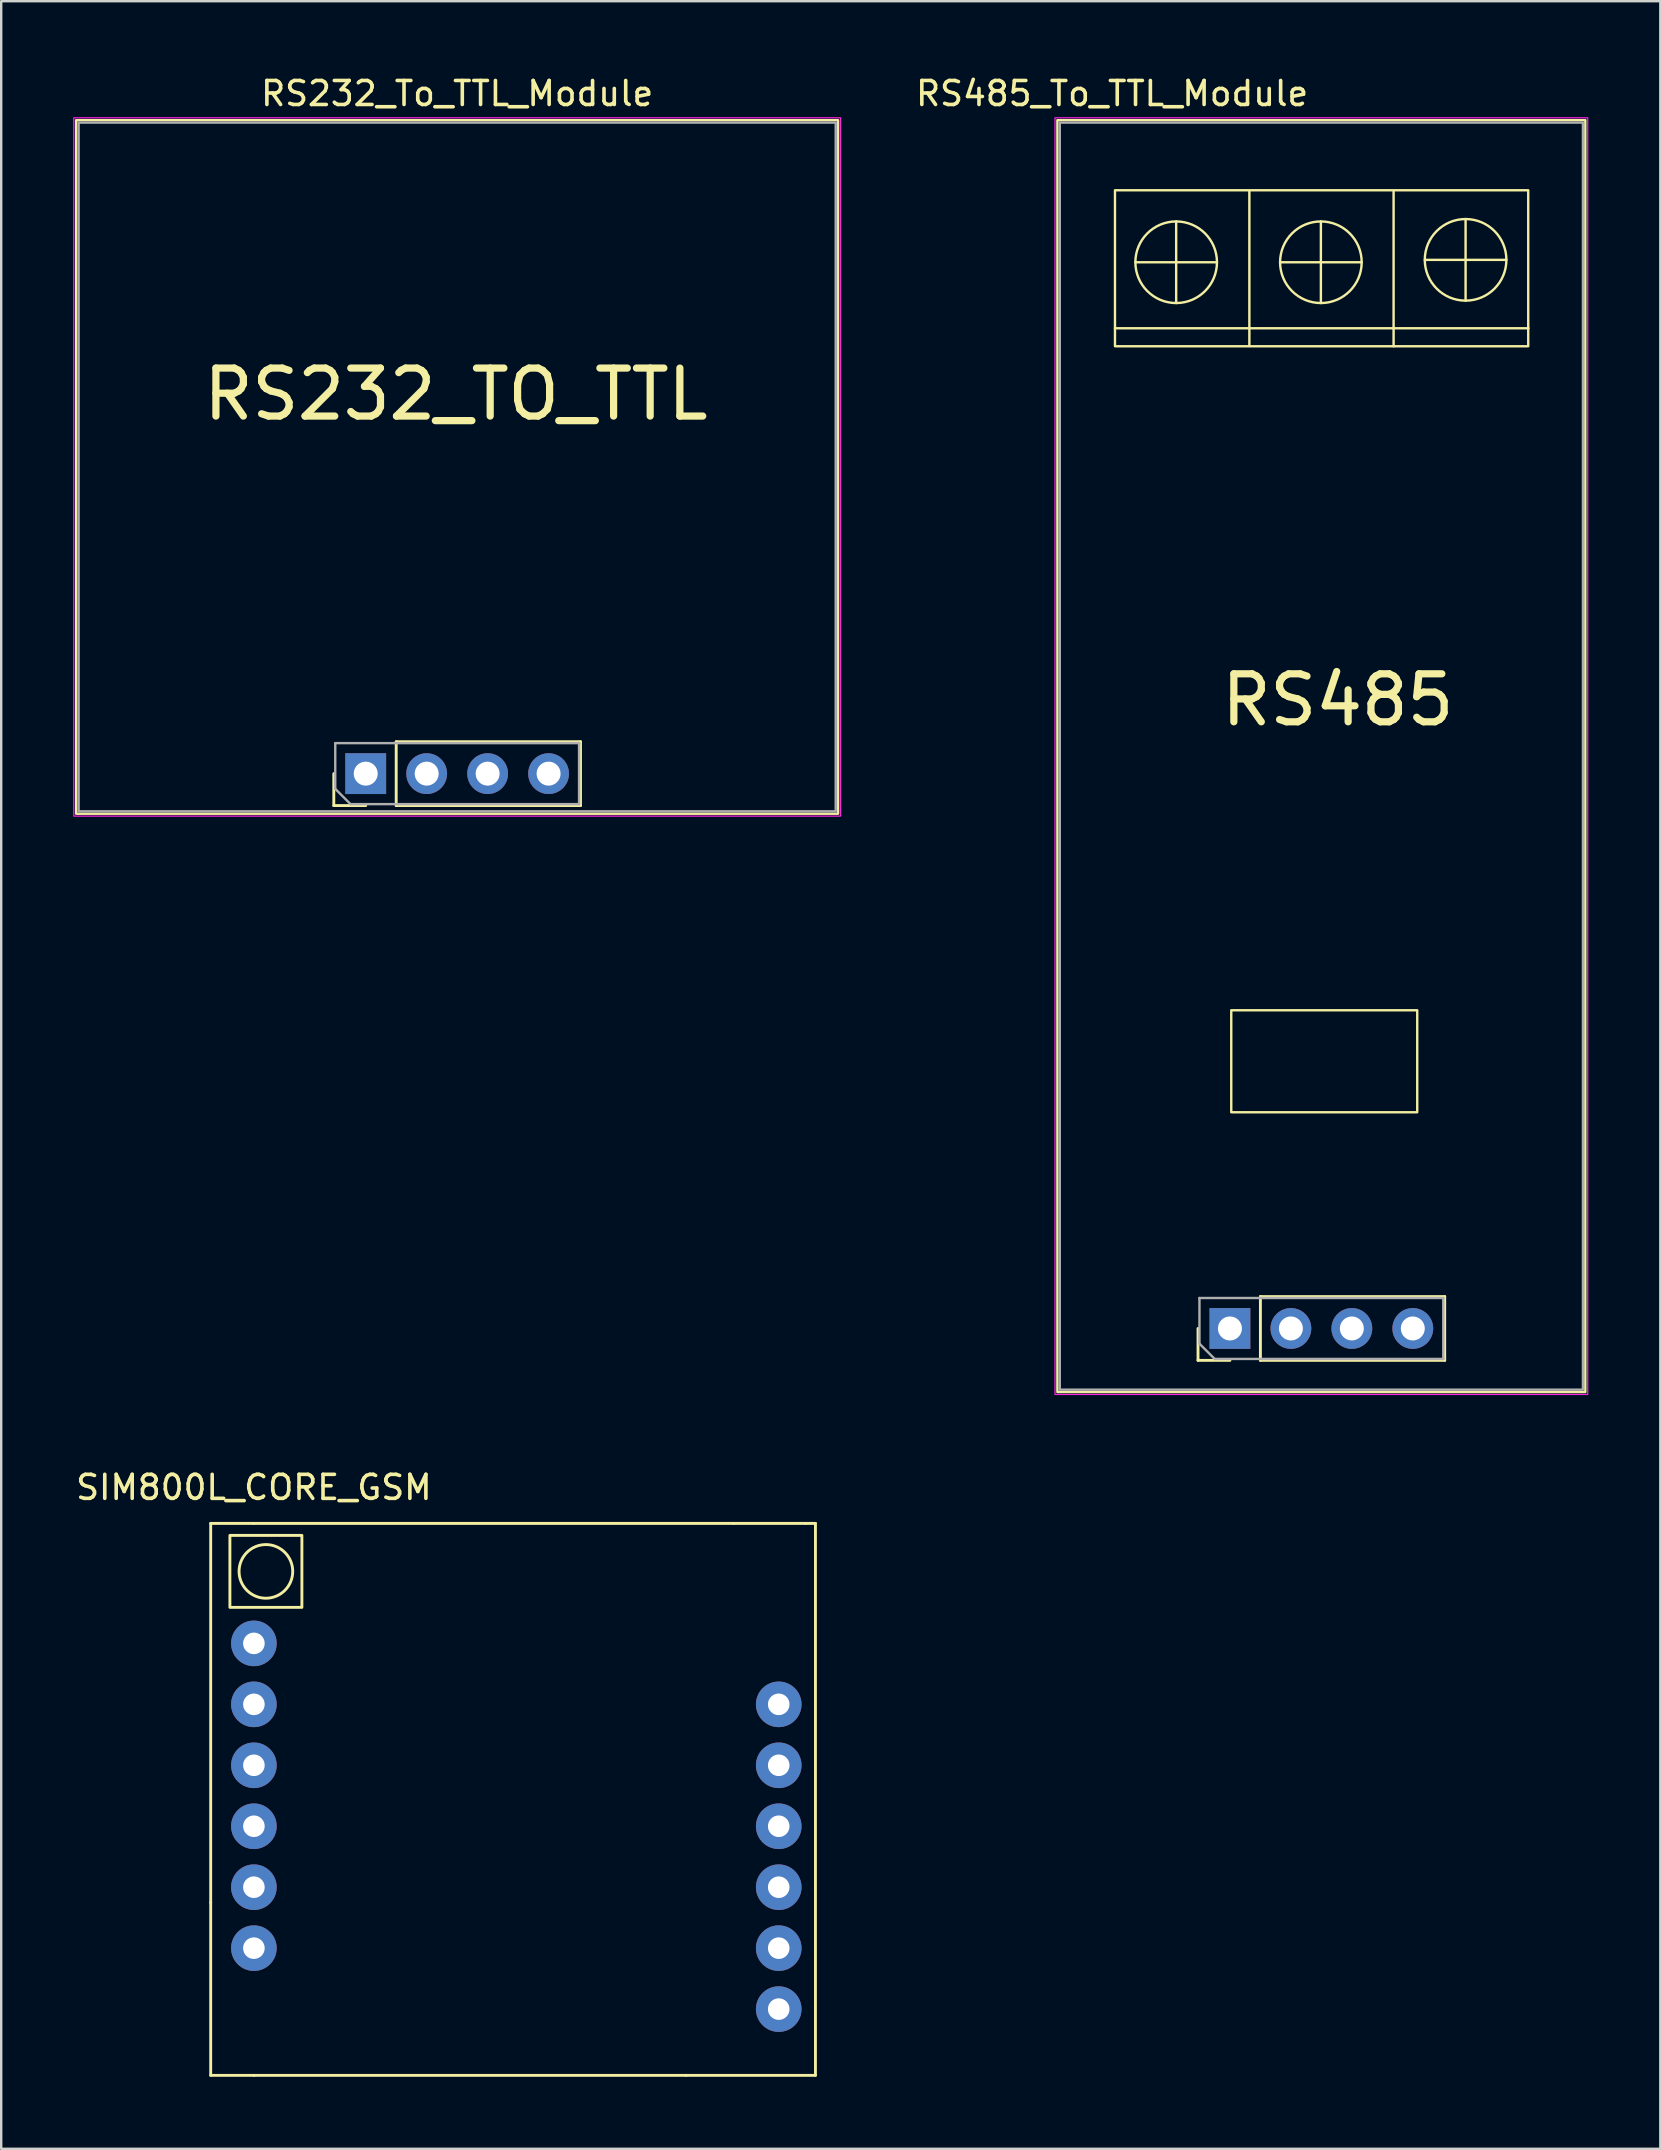
<source format=kicad_pcb>
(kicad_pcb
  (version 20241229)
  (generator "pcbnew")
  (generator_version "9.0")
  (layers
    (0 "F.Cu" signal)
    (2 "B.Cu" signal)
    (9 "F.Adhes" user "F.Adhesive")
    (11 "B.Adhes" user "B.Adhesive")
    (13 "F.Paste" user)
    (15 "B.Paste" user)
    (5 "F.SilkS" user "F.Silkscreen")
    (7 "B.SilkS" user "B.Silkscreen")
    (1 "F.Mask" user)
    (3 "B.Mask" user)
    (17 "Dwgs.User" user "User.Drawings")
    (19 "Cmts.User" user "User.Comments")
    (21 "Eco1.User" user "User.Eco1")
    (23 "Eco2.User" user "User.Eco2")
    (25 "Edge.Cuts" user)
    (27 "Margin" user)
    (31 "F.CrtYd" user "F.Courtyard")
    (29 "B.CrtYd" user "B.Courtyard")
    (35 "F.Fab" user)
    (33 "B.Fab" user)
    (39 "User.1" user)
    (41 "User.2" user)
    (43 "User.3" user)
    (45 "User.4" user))
  (footprint "SIM800L_CORE_GSM"
    (layer "F.Cu")
    (at 7.53 65.431)
    (property "Reference" "SIM800L_CORE_GSM" (at 0 -6.5 0) (unlocked yes) (layer "F.SilkS") (effects (font (size 1 1) (thickness 0.15))))
    (fp_line (start -1.8 10.8) (end -1.8 -5) (stroke (width 0.12) (type solid)) (layer "F.SilkS"))
    (fp_line (start -1.8 10.8) (end -1.8 18) (stroke (width 0.12) (type solid)) (layer "F.SilkS"))
    (fp_line (start -1.8 18) (end 0 18) (stroke (width 0.12) (type solid)) (layer "F.SilkS"))
    (fp_line (start 0 -5) (end -1.8 -5) (stroke (width 0.12) (type solid)) (layer "F.SilkS"))
    (fp_line (start 0 -5) (end 20 -5) (stroke (width 0.12) (type solid)) (layer "F.SilkS"))
    (fp_line (start 0 18) (end 18 18) (stroke (width 0.12) (type solid)) (layer "F.SilkS"))
    (fp_line (start 18 18) (end 23.4 18) (stroke (width 0.12) (type solid)) (layer "F.SilkS"))
    (fp_line (start 20 -5) (end 23 -5) (stroke (width 0.12) (type solid)) (layer "F.SilkS"))
    (fp_line (start 23.4 -5) (end 23 -5) (stroke (width 0.12) (type solid)) (layer "F.SilkS"))
    (fp_line (start 23.4 18) (end 23.4 -5) (stroke (width 0.12) (type solid)) (layer "F.SilkS"))
    (fp_rect (start -1 -4.5) (end 2 -1.5) (stroke (width 0.12) (type solid)) (fill no) (layer "F.SilkS"))
    (fp_circle (center 0.5 -3) (end 1.5 -2.5) (stroke (width 0.12) (type solid)) (fill no) (layer "F.SilkS"))
    (pad "1" thru_hole circle (at 0 0) (size 1.9 1.9) (drill 0.9) (layers "*.Cu" "*.Mask"))
    (pad "2" thru_hole circle (at 0 2.54) (size 1.9 1.9) (drill 0.9) (layers "*.Cu" "*.Mask"))
    (pad "3" thru_hole circle (at 0 5.08) (size 1.9 1.9) (drill 0.9) (layers "*.Cu" "*.Mask"))
    (pad "4" thru_hole circle (at 0 7.62) (size 1.9 1.9) (drill 0.9) (layers "*.Cu" "*.Mask"))
    (pad "5" thru_hole circle (at 0 10.16) (size 1.9 1.9) (drill 0.9) (layers "*.Cu" "*.Mask"))
    (pad "6" thru_hole circle (at 0 12.7) (size 1.9 1.9) (drill 0.9) (layers "*.Cu" "*.Mask"))
    (pad "7" thru_hole circle (at 21.87 15.24) (size 1.9 1.9) (drill 0.9) (layers "*.Cu" "*.Mask"))
    (pad "8" thru_hole circle (at 21.87 12.7) (size 1.9 1.9) (drill 0.9) (layers "*.Cu" "*.Mask"))
    (pad "9" thru_hole circle (at 21.87 10.16) (size 1.9 1.9) (drill 0.9) (layers "*.Cu" "*.Mask"))
    (pad "10" thru_hole circle (at 21.87 7.62) (size 1.9 1.9) (drill 0.9) (layers "*.Cu" "*.Mask"))
    (pad "11" thru_hole circle (at 21.87 5.08) (size 1.9 1.9) (drill 0.9) (layers "*.Cu" "*.Mask"))
    (pad "12" thru_hole circle (at 21.87 2.54) (size 1.9 1.9) (drill 0.9) (layers "*.Cu" "*.Mask")))
  (footprint "RS232_To_TTL_Module"
    (layer "F.Cu")
    (at 15.8 17.638)
    (property "Reference" "RS232_To_TTL_Module" (at 0.2 -16.79 0) (unlocked yes) (layer "F.SilkS") (effects (font (size 1 1) (thickness 0.15))))
    (attr through_hole)
    (fp_line (start -4.94 12.88) (end -4.94 11.55) (stroke (width 0.12) (type solid)) (layer "F.SilkS"))
    (fp_line (start -3.61 12.88) (end -4.94 12.88) (stroke (width 0.12) (type solid)) (layer "F.SilkS"))
    (fp_line (start -2.34 10.22) (end 5.34 10.22) (stroke (width 0.12) (type solid)) (layer "F.SilkS"))
    (fp_line (start -2.34 12.88) (end -2.34 10.22) (stroke (width 0.12) (type solid)) (layer "F.SilkS"))
    (fp_line (start -2.34 12.88) (end 5.34 12.88) (stroke (width 0.12) (type solid)) (layer "F.SilkS"))
    (fp_line (start 5.34 12.88) (end 5.34 10.22) (stroke (width 0.12) (type solid)) (layer "F.SilkS"))
    (fp_rect (start -15.675 -15.68) (end 16.075 13.22) (stroke (width 0.1) (type default)) (fill no) (layer "F.SilkS"))
    (fp_rect (start -15.775 -15.78) (end 16.175 13.32) (stroke (width 0.05) (type default)) (fill no) (layer "F.CrtYd"))
    (fp_line (start -4.88 10.28) (end 5.28 10.28) (stroke (width 0.1) (type solid)) (layer "F.Fab"))
    (fp_line (start -4.88 12.185) (end -4.88 10.28) (stroke (width 0.1) (type solid)) (layer "F.Fab"))
    (fp_line (start -4.245 12.82) (end -4.88 12.185) (stroke (width 0.1) (type solid)) (layer "F.Fab"))
    (fp_line (start 5.28 10.28) (end 5.28 12.82) (stroke (width 0.1) (type solid)) (layer "F.Fab"))
    (fp_line (start 5.28 12.82) (end -4.245 12.82) (stroke (width 0.1) (type solid)) (layer "F.Fab"))
    (fp_rect (start -15.575 -15.58) (end 15.975 13.12) (stroke (width 0.1) (type default)) (fill no) (layer "F.Fab"))
    (fp_text user "RS232_TO_TTL" (at -10.526 -3.09 0) (unlocked yes) (layer "F.SilkS") (effects (font (size 2 2) (thickness 0.3)) (justify left bottom)))
    (pad "1" thru_hole rect (at -3.61 11.55 90) (size 1.7 1.7) (drill 1) (layers "*.Cu" "*.Mask"))
    (pad "2" thru_hole oval (at -1.07 11.55 90) (size 1.7 1.7) (drill 1) (layers "*.Cu" "*.Mask"))
    (pad "3" thru_hole oval (at 1.47 11.55 90) (size 1.7 1.7) (drill 1) (layers "*.Cu" "*.Mask"))
    (pad "4" thru_hole oval (at 4.01 11.55 90) (size 1.7 1.7) (drill 1) (layers "*.Cu" "*.Mask")))
  (footprint "RS485_To_TTL_Module"
    (layer "F.Cu")
    (at 52.112 27.118)
    (property "Reference" "RS485_To_TTL_Module" (at -8.82 -26.27 0) (unlocked yes) (layer "F.SilkS") (effects (font (size 1 1) (thickness 0.15))))
    (attr through_hole)
    (fp_line (start -8.7 -16.49) (end 8.53 -16.49) (stroke (width 0.1) (type default)) (layer "F.SilkS"))
    (fp_line (start -7.85 -19.24) (end -4.45 -19.24) (stroke (width 0.1) (type default)) (layer "F.SilkS"))
    (fp_line (start -6.15 -20.94) (end -6.15 -17.54) (stroke (width 0.1) (type default)) (layer "F.SilkS"))
    (fp_line (start -5.24 26.52) (end -5.24 25.19) (stroke (width 0.12) (type solid)) (layer "F.SilkS"))
    (fp_line (start -3.91 26.52) (end -5.24 26.52) (stroke (width 0.12) (type solid)) (layer "F.SilkS"))
    (fp_line (start -3.1 -22.22) (end -3.1 -15.75) (stroke (width 0.1) (type default)) (layer "F.SilkS"))
    (fp_line (start -2.64 23.86) (end 5.04 23.86) (stroke (width 0.12) (type solid)) (layer "F.SilkS"))
    (fp_line (start -2.64 26.52) (end -2.64 23.86) (stroke (width 0.12) (type solid)) (layer "F.SilkS"))
    (fp_line (start -2.64 26.52) (end 5.04 26.52) (stroke (width 0.12) (type solid)) (layer "F.SilkS"))
    (fp_line (start -1.82 -19.24) (end 1.58 -19.24) (stroke (width 0.1) (type default)) (layer "F.SilkS"))
    (fp_line (start -0.12 -20.94) (end -0.12 -17.54) (stroke (width 0.1) (type default)) (layer "F.SilkS"))
    (fp_line (start 2.91 -22.22) (end 2.91 -15.74) (stroke (width 0.1) (type default)) (layer "F.SilkS"))
    (fp_line (start 4.21 -19.34) (end 7.61 -19.34) (stroke (width 0.1) (type default)) (layer "F.SilkS"))
    (fp_line (start 5.04 26.52) (end 5.04 23.86) (stroke (width 0.12) (type solid)) (layer "F.SilkS"))
    (fp_line (start 5.91 -21.04) (end 5.91 -17.64) (stroke (width 0.1) (type default)) (layer "F.SilkS"))
    (fp_rect (start -11.1 -25.16) (end 10.9 27.84) (stroke (width 0.1) (type default)) (fill no) (layer "F.SilkS"))
    (fp_rect (start -8.7 -22.24) (end 8.52 -15.74) (stroke (width 0.1) (type default)) (fill no) (layer "F.SilkS"))
    (fp_rect (start -3.855 11.93) (end 3.895 16.18) (stroke (width 0.1) (type default)) (fill no) (layer "F.SilkS"))
    (fp_circle (center -6.15 -19.24) (end -4.45 -19.24) (stroke (width 0.1) (type default)) (fill no) (layer "F.SilkS"))
    (fp_circle (center -0.12 -19.24) (end 1.58 -19.24) (stroke (width 0.1) (type default)) (fill no) (layer "F.SilkS"))
    (fp_circle (center 5.91 -19.34) (end 7.61 -19.34) (stroke (width 0.1) (type default)) (fill no) (layer "F.SilkS"))
    (fp_rect (start -11.2 -25.26) (end 11 27.94) (stroke (width 0.05) (type default)) (fill no) (layer "F.CrtYd"))
    (fp_line (start -5.18 23.92) (end 4.98 23.92) (stroke (width 0.1) (type solid)) (layer "F.Fab"))
    (fp_line (start -5.18 25.825) (end -5.18 23.92) (stroke (width 0.1) (type solid)) (layer "F.Fab"))
    (fp_line (start -4.545 26.46) (end -5.18 25.825) (stroke (width 0.1) (type solid)) (layer "F.Fab"))
    (fp_line (start 4.98 23.92) (end 4.98 26.46) (stroke (width 0.1) (type solid)) (layer "F.Fab"))
    (fp_line (start 4.98 26.46) (end -4.545 26.46) (stroke (width 0.1) (type solid)) (layer "F.Fab"))
    (fp_rect (start -11 -25.06) (end 10.8 27.74) (stroke (width 0.1) (type default)) (fill no) (layer "F.Fab"))
    (fp_text user "RS485" (at -4.42 0.17 0) (unlocked yes) (layer "F.SilkS") (effects (font (size 2 2) (thickness 0.3)) (justify left bottom)))
    (pad "1" thru_hole rect (at -3.91 25.19 90) (size 1.7 1.7) (drill 1) (layers "*.Cu" "*.Mask"))
    (pad "2" thru_hole oval (at -1.37 25.19 90) (size 1.7 1.7) (drill 1) (layers "*.Cu" "*.Mask"))
    (pad "3" thru_hole oval (at 1.17 25.19 90) (size 1.7 1.7) (drill 1) (layers "*.Cu" "*.Mask"))
    (pad "4" thru_hole oval (at 3.71 25.19 90) (size 1.7 1.7) (drill 1) (layers "*.Cu" "*.Mask")))
  (gr_rect
    (start -3 -3)
    (end 66.137 86.492)
    (stroke (width 0.1) (type default))
    (fill no)
    (layer "Edge.Cuts")))
</source>
